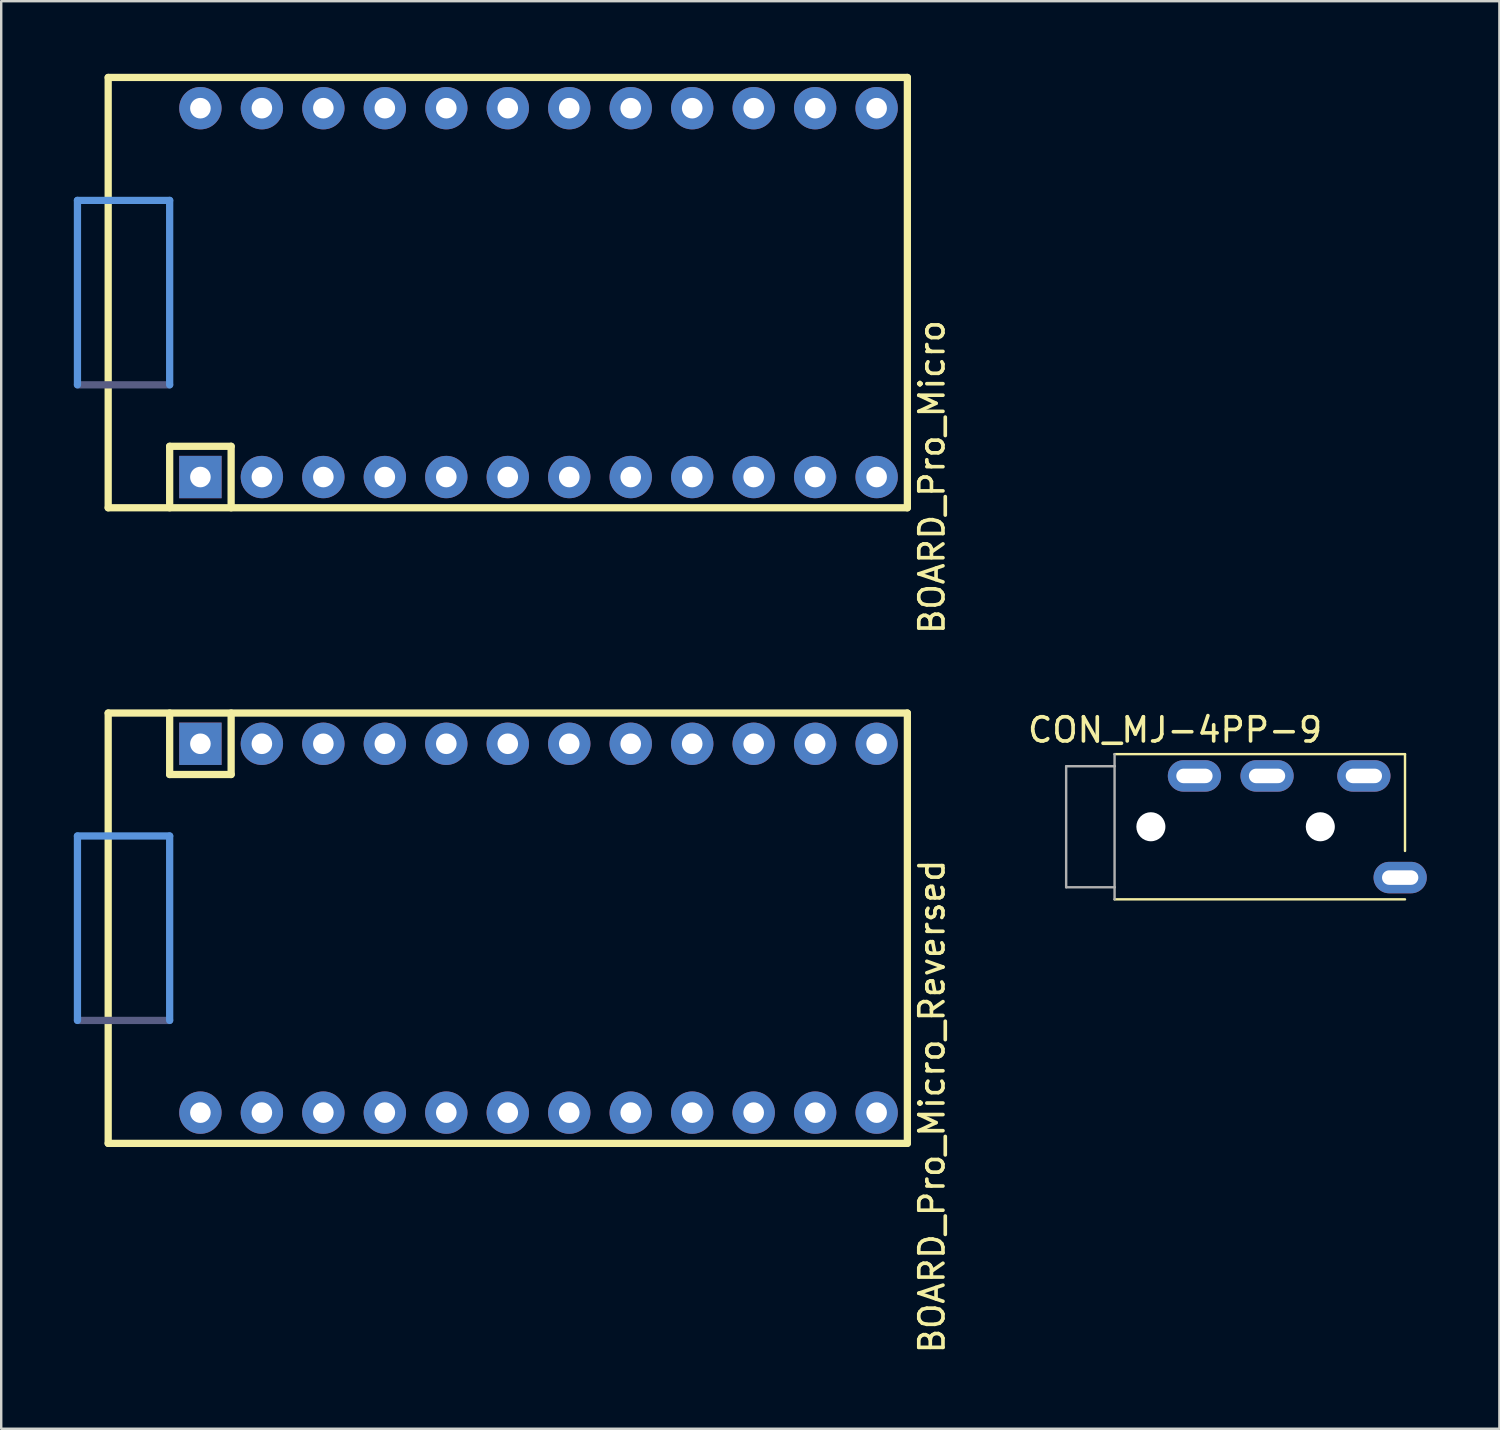
<source format=kicad_pcb>
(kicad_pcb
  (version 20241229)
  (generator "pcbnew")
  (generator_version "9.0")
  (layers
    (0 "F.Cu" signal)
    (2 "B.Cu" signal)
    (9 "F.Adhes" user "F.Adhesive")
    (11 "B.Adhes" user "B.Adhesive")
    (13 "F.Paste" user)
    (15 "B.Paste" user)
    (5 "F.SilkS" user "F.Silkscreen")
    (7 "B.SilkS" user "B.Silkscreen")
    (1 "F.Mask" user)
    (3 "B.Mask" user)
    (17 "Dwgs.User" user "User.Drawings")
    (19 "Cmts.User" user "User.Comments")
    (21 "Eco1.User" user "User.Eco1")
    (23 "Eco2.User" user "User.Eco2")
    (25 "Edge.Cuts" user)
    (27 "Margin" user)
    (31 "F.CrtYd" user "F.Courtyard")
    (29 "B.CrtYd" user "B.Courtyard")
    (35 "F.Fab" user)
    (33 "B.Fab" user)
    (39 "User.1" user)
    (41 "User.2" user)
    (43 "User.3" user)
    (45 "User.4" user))
  (footprint "CON_MJ-4PP-9"
    (layer "F.Cu")
    (at 43.001 31.109)
    (property "Reference" "CON_MJ-4PP-9" (at 2.5 -4 0) (layer "F.SilkS") (effects (font (size 1 1) (thickness 0.15))))
    (attr through_hole)
    (fp_line (start 0 -3) (end 12 -3) (stroke (width 0.1) (type solid)) (layer "F.SilkS"))
    (fp_line (start 0 3) (end 12 3) (stroke (width 0.1) (type solid)) (layer "F.SilkS"))
    (fp_line (start 12 -3) (end 12 1) (stroke (width 0.1) (type solid)) (layer "F.SilkS"))
    (fp_line (start -2 -2.5) (end -2 2.5) (stroke (width 0.1) (type solid)) (layer "F.Fab"))
    (fp_line (start -2 2.5) (end 0 2.5) (stroke (width 0.1) (type solid)) (layer "F.Fab"))
    (fp_line (start 0 -3) (end 0 -2.5) (stroke (width 0.1) (type solid)) (layer "F.Fab"))
    (fp_line (start 0 -2.5) (end -2 -2.5) (stroke (width 0.1) (type solid)) (layer "F.Fab"))
    (fp_line (start 0 2.5) (end 0 -2.5) (stroke (width 0.1) (type solid)) (layer "F.Fab"))
    (fp_line (start 0 3) (end 0 2.5) (stroke (width 0.1) (type solid)) (layer "F.Fab"))
    (pad "" np_thru_hole circle (at 1.5 0) (size 1.2 1.2) (drill 1.2) (layers "*.Cu" "*.Mask"))
    (pad "" np_thru_hole circle (at 8.5 0) (size 1.2 1.2) (drill 1.2) (layers "*.Cu" "*.Mask"))
    (pad "1" thru_hole oval (at 10.3 -2.1) (size 2.2 1.3) (drill oval 1.5 0.6) (layers "*.Cu" "*.Mask"))
    (pad "2" thru_hole oval (at 6.3 -2.1) (size 2.2 1.3) (drill oval 1.5 0.6) (layers "*.Cu" "*.Mask"))
    (pad "3" thru_hole oval (at 3.3 -2.1) (size 2.2 1.3) (drill oval 1.5 0.6) (layers "*.Cu" "*.Mask"))
    (pad "4" thru_hole oval (at 11.8 2.1) (size 2.2 1.3) (drill oval 1.5 0.6) (layers "*.Cu" "*.Mask")))
  (footprint "BOARD_Pro_Micro"
    (layer "F.Cu")
    (at 1.42 9.04)
    (property "Reference" "BOARD_Pro_Micro" (at 34.036 7.62 270) (layer "F.SilkS") (effects (font (size 1 1) (thickness 0.15))))
    (attr through_hole)
    (fp_line (start 0 -8.89) (end 0 8.89) (stroke (width 0.3) (type solid)) (layer "F.SilkS"))
    (fp_line (start 0 8.89) (end 33.02 8.89) (stroke (width 0.3) (type solid)) (layer "F.SilkS"))
    (fp_line (start 2.54 6.35) (end 2.54 8.89) (stroke (width 0.3) (type solid)) (layer "F.SilkS"))
    (fp_line (start 2.54 6.35) (end 5.08 6.35) (stroke (width 0.3) (type solid)) (layer "F.SilkS"))
    (fp_line (start 5.08 6.35) (end 5.08 8.89) (stroke (width 0.3) (type solid)) (layer "F.SilkS"))
    (fp_line (start 33.02 -8.89) (end 0 -8.89) (stroke (width 0.3) (type solid)) (layer "F.SilkS"))
    (fp_line (start 33.02 8.89) (end 33.02 -8.89) (stroke (width 0.3) (type solid)) (layer "F.SilkS"))
    (fp_line (start -1.27 -3.81) (end -1.27 3.81) (stroke (width 0.3) (type solid)) (layer "Cmts.User"))
    (fp_line (start 2.54 -3.81) (end -1.27 -3.81) (stroke (width 0.3) (type solid)) (layer "Cmts.User"))
    (fp_line (start 2.54 3.81) (end 2.54 -3.81) (stroke (width 0.3) (type solid)) (layer "Cmts.User"))
    (fp_line (start -1.27 3.81) (end 2.54 3.81) (stroke (width 0.3) (type solid)) (layer "B.Fab"))
    (pad "1" thru_hole rect (at 3.81 7.62) (size 1.75 1.75) (drill 0.85) (layers "*.Cu" "*.Mask"))
    (pad "2" thru_hole circle (at 6.35 7.62) (size 1.75 1.75) (drill 0.85) (layers "*.Cu" "*.Mask"))
    (pad "3" thru_hole circle (at 8.89 7.62) (size 1.75 1.75) (drill 0.85) (layers "*.Cu" "*.Mask"))
    (pad "4" thru_hole circle (at 11.43 7.62) (size 1.75 1.75) (drill 0.85) (layers "*.Cu" "*.Mask"))
    (pad "5" thru_hole circle (at 13.97 7.62) (size 1.75 1.75) (drill 0.85) (layers "*.Cu" "*.Mask"))
    (pad "6" thru_hole circle (at 16.51 7.62) (size 1.75 1.75) (drill 0.85) (layers "*.Cu" "*.Mask"))
    (pad "7" thru_hole circle (at 19.05 7.62) (size 1.75 1.75) (drill 0.85) (layers "*.Cu" "*.Mask"))
    (pad "8" thru_hole circle (at 21.59 7.62) (size 1.75 1.75) (drill 0.85) (layers "*.Cu" "*.Mask"))
    (pad "9" thru_hole circle (at 24.13 7.62) (size 1.75 1.75) (drill 0.85) (layers "*.Cu" "*.Mask"))
    (pad "10" thru_hole circle (at 26.67 7.62) (size 1.75 1.75) (drill 0.85) (layers "*.Cu" "*.Mask"))
    (pad "11" thru_hole circle (at 29.21 7.62) (size 1.75 1.75) (drill 0.85) (layers "*.Cu" "*.Mask"))
    (pad "12" thru_hole circle (at 31.75 7.62) (size 1.75 1.75) (drill 0.85) (layers "*.Cu" "*.Mask"))
    (pad "13" thru_hole circle (at 31.75 -7.62) (size 1.75 1.75) (drill 0.85) (layers "*.Cu" "*.Mask"))
    (pad "14" thru_hole circle (at 29.21 -7.62) (size 1.75 1.75) (drill 0.85) (layers "*.Cu" "*.Mask"))
    (pad "15" thru_hole circle (at 26.67 -7.62) (size 1.75 1.75) (drill 0.85) (layers "*.Cu" "*.Mask"))
    (pad "16" thru_hole circle (at 24.13 -7.62) (size 1.75 1.75) (drill 0.85) (layers "*.Cu" "*.Mask"))
    (pad "17" thru_hole circle (at 21.59 -7.62) (size 1.75 1.75) (drill 0.85) (layers "*.Cu" "*.Mask"))
    (pad "18" thru_hole circle (at 19.05 -7.62) (size 1.75 1.75) (drill 0.85) (layers "*.Cu" "*.Mask"))
    (pad "19" thru_hole circle (at 16.51 -7.62) (size 1.75 1.75) (drill 0.85) (layers "*.Cu" "*.Mask"))
    (pad "20" thru_hole circle (at 13.97 -7.62) (size 1.75 1.75) (drill 0.85) (layers "*.Cu" "*.Mask"))
    (pad "21" thru_hole circle (at 11.43 -7.62) (size 1.75 1.75) (drill 0.85) (layers "*.Cu" "*.Mask"))
    (pad "22" thru_hole circle (at 8.89 -7.62) (size 1.75 1.75) (drill 0.85) (layers "*.Cu" "*.Mask"))
    (pad "23" thru_hole circle (at 6.35 -7.62) (size 1.75 1.75) (drill 0.85) (layers "*.Cu" "*.Mask"))
    (pad "24" thru_hole circle (at 3.81 -7.62) (size 1.75 1.75) (drill 0.85) (layers "*.Cu" "*.Mask")))
  (footprint "BOARD_Pro_Micro_Reversed"
    (layer "F.Cu")
    (at 1.42 35.301)
    (property "Reference" "BOARD_Pro_Micro_Reversed" (at 34.036 7.366 270) (layer "F.SilkS") (effects (font (size 1 1) (thickness 0.15))))
    (attr through_hole)
    (fp_line (start 0 -8.89) (end 0 8.89) (stroke (width 0.3) (type solid)) (layer "F.SilkS"))
    (fp_line (start 0 8.89) (end 33.02 8.89) (stroke (width 0.3) (type solid)) (layer "F.SilkS"))
    (fp_line (start 2.54 -8.89) (end 2.54 -6.35) (stroke (width 0.3) (type solid)) (layer "F.SilkS"))
    (fp_line (start 2.54 -6.35) (end 5.08 -6.35) (stroke (width 0.3) (type solid)) (layer "F.SilkS"))
    (fp_line (start 5.08 -8.89) (end 5.08 -6.35) (stroke (width 0.3) (type solid)) (layer "F.SilkS"))
    (fp_line (start 33.02 -8.89) (end 0 -8.89) (stroke (width 0.3) (type solid)) (layer "F.SilkS"))
    (fp_line (start 33.02 8.89) (end 33.02 -8.89) (stroke (width 0.3) (type solid)) (layer "F.SilkS"))
    (fp_line (start -1.27 -3.81) (end -1.27 3.81) (stroke (width 0.3) (type solid)) (layer "Cmts.User"))
    (fp_line (start 2.54 -3.81) (end -1.27 -3.81) (stroke (width 0.3) (type solid)) (layer "Cmts.User"))
    (fp_line (start 2.54 3.81) (end 2.54 -3.81) (stroke (width 0.3) (type solid)) (layer "Cmts.User"))
    (fp_line (start -1.27 3.81) (end 2.54 3.81) (stroke (width 0.3) (type solid)) (layer "B.Fab"))
    (pad "1" thru_hole rect (at 3.81 -7.62) (size 1.75 1.75) (drill 0.85) (layers "*.Cu" "*.Mask"))
    (pad "2" thru_hole circle (at 6.35 -7.62) (size 1.75 1.75) (drill 0.85) (layers "*.Cu" "*.Mask"))
    (pad "3" thru_hole circle (at 8.89 -7.62) (size 1.75 1.75) (drill 0.85) (layers "*.Cu" "*.Mask"))
    (pad "4" thru_hole circle (at 11.43 -7.62) (size 1.75 1.75) (drill 0.85) (layers "*.Cu" "*.Mask"))
    (pad "5" thru_hole circle (at 13.97 -7.62) (size 1.75 1.75) (drill 0.85) (layers "*.Cu" "*.Mask"))
    (pad "6" thru_hole circle (at 16.51 -7.62) (size 1.75 1.75) (drill 0.85) (layers "*.Cu" "*.Mask"))
    (pad "7" thru_hole circle (at 19.05 -7.62) (size 1.75 1.75) (drill 0.85) (layers "*.Cu" "*.Mask"))
    (pad "8" thru_hole circle (at 21.59 -7.62) (size 1.75 1.75) (drill 0.85) (layers "*.Cu" "*.Mask"))
    (pad "9" thru_hole circle (at 24.13 -7.62) (size 1.75 1.75) (drill 0.85) (layers "*.Cu" "*.Mask"))
    (pad "10" thru_hole circle (at 26.67 -7.62) (size 1.75 1.75) (drill 0.85) (layers "*.Cu" "*.Mask"))
    (pad "11" thru_hole circle (at 29.21 -7.62) (size 1.75 1.75) (drill 0.85) (layers "*.Cu" "*.Mask"))
    (pad "12" thru_hole circle (at 31.75 -7.62) (size 1.75 1.75) (drill 0.85) (layers "*.Cu" "*.Mask"))
    (pad "13" thru_hole circle (at 31.75 7.62) (size 1.75 1.75) (drill 0.85) (layers "*.Cu" "*.Mask"))
    (pad "14" thru_hole circle (at 29.21 7.62) (size 1.75 1.75) (drill 0.85) (layers "*.Cu" "*.Mask"))
    (pad "15" thru_hole circle (at 26.67 7.62) (size 1.75 1.75) (drill 0.85) (layers "*.Cu" "*.Mask"))
    (pad "16" thru_hole circle (at 24.13 7.62) (size 1.75 1.75) (drill 0.85) (layers "*.Cu" "*.Mask"))
    (pad "17" thru_hole circle (at 21.59 7.62) (size 1.75 1.75) (drill 0.85) (layers "*.Cu" "*.Mask"))
    (pad "18" thru_hole circle (at 19.05 7.62) (size 1.75 1.75) (drill 0.85) (layers "*.Cu" "*.Mask"))
    (pad "19" thru_hole circle (at 16.51 7.62) (size 1.75 1.75) (drill 0.85) (layers "*.Cu" "*.Mask"))
    (pad "20" thru_hole circle (at 13.97 7.62) (size 1.75 1.75) (drill 0.85) (layers "*.Cu" "*.Mask"))
    (pad "21" thru_hole circle (at 11.43 7.62) (size 1.75 1.75) (drill 0.85) (layers "*.Cu" "*.Mask"))
    (pad "22" thru_hole circle (at 8.89 7.62) (size 1.75 1.75) (drill 0.85) (layers "*.Cu" "*.Mask"))
    (pad "23" thru_hole circle (at 6.35 7.62) (size 1.75 1.75) (drill 0.85) (layers "*.Cu" "*.Mask"))
    (pad "24" thru_hole circle (at 3.81 7.62) (size 1.75 1.75) (drill 0.85) (layers "*.Cu" "*.Mask")))
  (gr_rect
    (start -3 -3)
    (end 58.901 55.983)
    (stroke (width 0.1) (type default))
    (fill no)
    (layer "Edge.Cuts")))
</source>
